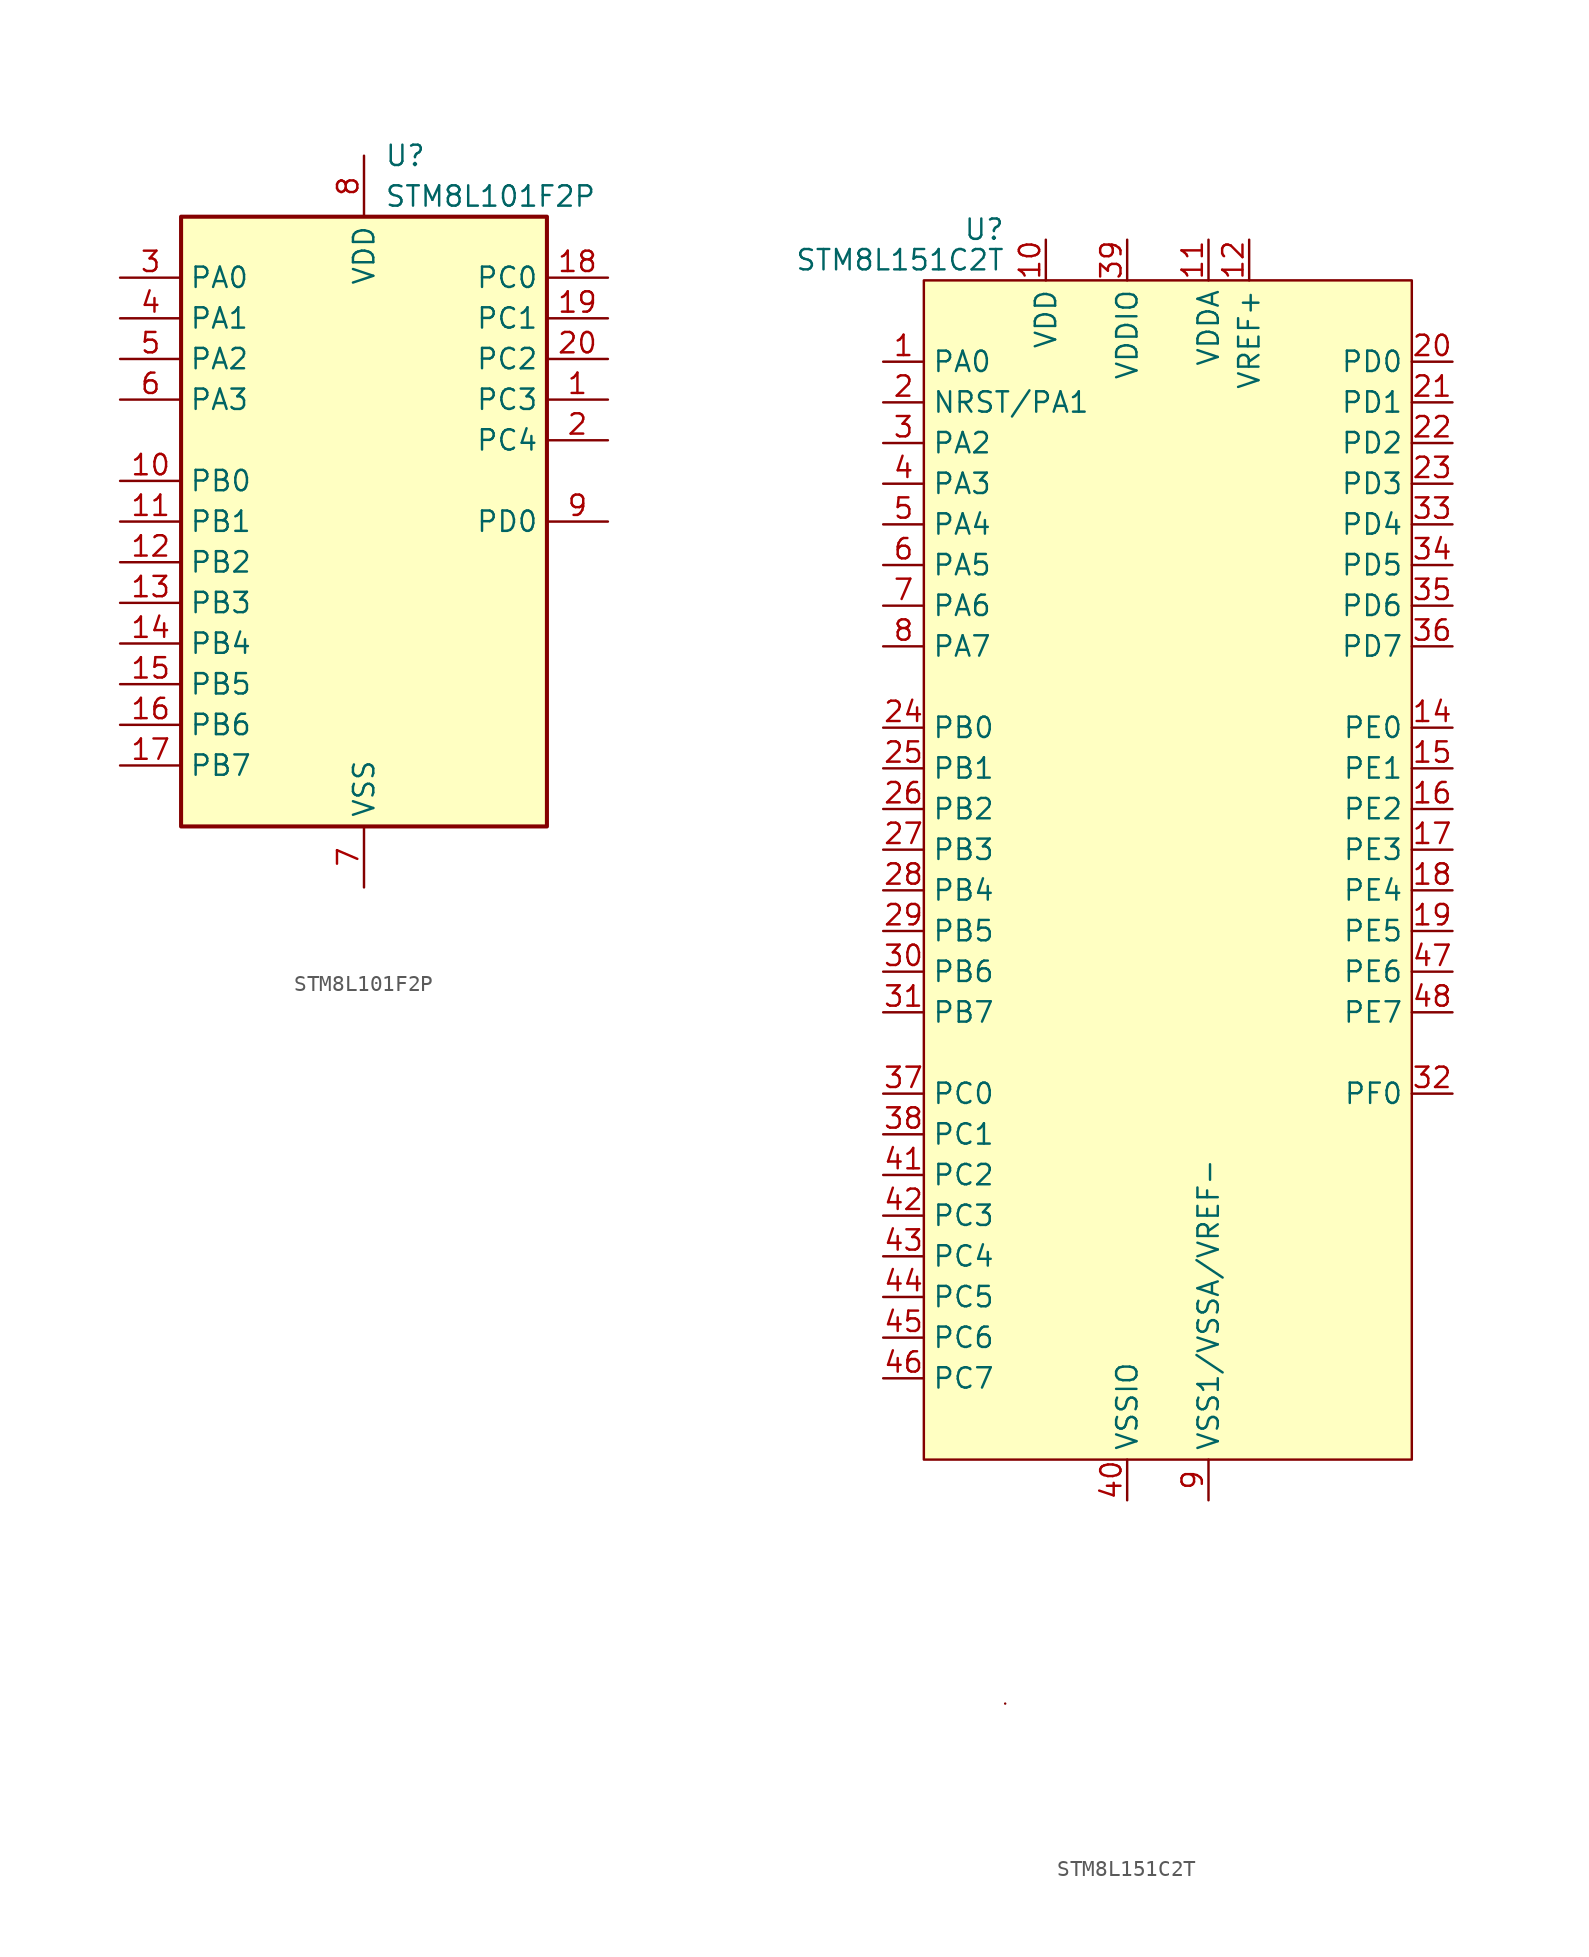
<source format=kicad_sym>
(kicad_symbol_lib
  (version 20241209)
  (generator "kicad_symbol_editor")
  (generator_version "9.0")
  (symbol "STM8L101F2P"
    (property "Reference" "U"
      (at 1.27 22.86 0)
      (effects (font (size 1.27 1.27)) (justify left)))
    (property "Value" "STM8L101F2P"
      (at 1.27 20.32 0)
      (effects (font (size 1.27 1.27)) (justify left)))
    (symbol "STM8L101F2P_0_1"
      (rectangle (start -11.43 19.05) (end 11.43 -19.05) (stroke (width 0.254) (type default)) (fill (type background))))
    (symbol "STM8L101F2P_1_1"
      (pin power_in line (at -15.24 15.24 0) (length 3.81) (name "PA0" (effects (font (size 1.27 1.27)))) (number "3" (effects (font (size 1.27 1.27)))))
      (pin bidirectional line (at -15.24 12.7 0) (length 3.81) (name "PA1" (effects (font (size 1.27 1.27)))) (number "4" (effects (font (size 1.27 1.27)))))
      (pin bidirectional line (at -15.24 10.16 0) (length 3.81) (name "PA2" (effects (font (size 1.27 1.27)))) (number "5" (effects (font (size 1.27 1.27)))))
      (pin bidirectional line (at -15.24 7.62 0) (length 3.81) (name "PA3" (effects (font (size 1.27 1.27)))) (number "6" (effects (font (size 1.27 1.27)))))
      (pin bidirectional line (at -15.24 2.54 0) (length 3.81) (name "PB0" (effects (font (size 1.27 1.27)))) (number "10" (effects (font (size 1.27 1.27)))))
      (pin bidirectional line (at -15.24 0 0) (length 3.81) (name "PB1" (effects (font (size 1.27 1.27)))) (number "11" (effects (font (size 1.27 1.27)))))
      (pin bidirectional line (at -15.24 -2.54 0) (length 3.81) (name "PB2" (effects (font (size 1.27 1.27)))) (number "12" (effects (font (size 1.27 1.27)))))
      (pin bidirectional line (at -15.24 -5.08 0) (length 3.81) (name "PB3" (effects (font (size 1.27 1.27)))) (number "13" (effects (font (size 1.27 1.27)))))
      (pin bidirectional line (at -15.24 -7.62 0) (length 3.81) (name "PB4" (effects (font (size 1.27 1.27)))) (number "14" (effects (font (size 1.27 1.27)))))
      (pin bidirectional line (at -15.24 -10.16 0) (length 3.81) (name "PB5" (effects (font (size 1.27 1.27)))) (number "15" (effects (font (size 1.27 1.27)))))
      (pin bidirectional line (at -15.24 -12.7 0) (length 3.81) (name "PB6" (effects (font (size 1.27 1.27)))) (number "16" (effects (font (size 1.27 1.27)))))
      (pin bidirectional line (at -15.24 -15.24 0) (length 3.81) (name "PB7" (effects (font (size 1.27 1.27)))) (number "17" (effects (font (size 1.27 1.27)))))
      (pin power_in line (at 0 22.86 270) (length 3.81) (name "VDD" (effects (font (size 1.27 1.27)))) (number "8" (effects (font (size 1.27 1.27)))))
      (pin power_in line (at 0 -22.86 90) (length 3.81) (name "VSS" (effects (font (size 1.27 1.27)))) (number "7" (effects (font (size 1.27 1.27)))))
      (pin bidirectional line (at 15.24 15.24 180) (length 3.81) (name "PC0" (effects (font (size 1.27 1.27)))) (number "18" (effects (font (size 1.27 1.27)))))
      (pin bidirectional line (at 15.24 12.7 180) (length 3.81) (name "PC1" (effects (font (size 1.27 1.27)))) (number "19" (effects (font (size 1.27 1.27)))))
      (pin bidirectional line (at 15.24 10.16 180) (length 3.81) (name "PC2" (effects (font (size 1.27 1.27)))) (number "20" (effects (font (size 1.27 1.27)))))
      (pin bidirectional line (at 15.24 7.62 180) (length 3.81) (name "PC3" (effects (font (size 1.27 1.27)))) (number "1" (effects (font (size 1.27 1.27)))))
      (pin bidirectional line (at 15.24 5.08 180) (length 3.81) (name "PC4" (effects (font (size 1.27 1.27)))) (number "2" (effects (font (size 1.27 1.27)))))
      (pin bidirectional line (at 15.24 0 180) (length 3.81) (name "PD0" (effects (font (size 1.27 1.27)))) (number "9" (effects (font (size 1.27 1.27)))))))
  (symbol "STM8L151C2T"
    (property "Reference" "U"
      (at -10.16 38.735 0)
      (effects (font (size 1.27 1.27)) (justify right)))
    (property "Value" "STM8L151C2T"
      (at -10.16 36.83 0)
      (effects (font (size 1.27 1.27)) (justify right)))
    (symbol "STM8L151C2T_0_0"
      (pin bidirectional line (at -17.78 30.48 0) (length 2.54) (name "PA0" (effects (font (size 1.27 1.27)))) (number "1" (effects (font (size 1.27 1.27)))))
      (pin bidirectional line (at -17.78 27.94 0) (length 2.54) (name "NRST/PA1" (effects (font (size 1.27 1.27)))) (number "2" (effects (font (size 1.27 1.27)))))
      (pin bidirectional line (at -17.78 25.4 0) (length 2.54) (name "PA2" (effects (font (size 1.27 1.27)))) (number "3" (effects (font (size 1.27 1.27)))))
      (pin bidirectional line (at -17.78 22.86 0) (length 2.54) (name "PA3" (effects (font (size 1.27 1.27)))) (number "4" (effects (font (size 1.27 1.27)))))
      (pin bidirectional line (at -17.78 20.32 0) (length 2.54) (name "PA4" (effects (font (size 1.27 1.27)))) (number "5" (effects (font (size 1.27 1.27)))))
      (pin bidirectional line (at -17.78 17.78 0) (length 2.54) (name "PA5" (effects (font (size 1.27 1.27)))) (number "6" (effects (font (size 1.27 1.27)))))
      (pin bidirectional line (at -17.78 15.24 0) (length 2.54) (name "PA6" (effects (font (size 1.27 1.27)))) (number "7" (effects (font (size 1.27 1.27)))))
      (pin bidirectional line (at -17.78 12.7 0) (length 2.54) (name "PA7" (effects (font (size 1.27 1.27)))) (number "8" (effects (font (size 1.27 1.27)))))
      (pin bidirectional line (at -17.78 7.62 0) (length 2.54) (name "PB0" (effects (font (size 1.27 1.27)))) (number "24" (effects (font (size 1.27 1.27)))))
      (pin bidirectional line (at -17.78 5.08 0) (length 2.54) (name "PB1" (effects (font (size 1.27 1.27)))) (number "25" (effects (font (size 1.27 1.27)))))
      (pin bidirectional line (at -17.78 2.54 0) (length 2.54) (name "PB2" (effects (font (size 1.27 1.27)))) (number "26" (effects (font (size 1.27 1.27)))))
      (pin bidirectional line (at -17.78 0 0) (length 2.54) (name "PB3" (effects (font (size 1.27 1.27)))) (number "27" (effects (font (size 1.27 1.27)))))
      (pin bidirectional line (at -17.78 -2.54 0) (length 2.54) (name "PB4" (effects (font (size 1.27 1.27)))) (number "28" (effects (font (size 1.27 1.27)))))
      (pin bidirectional line (at -17.78 -5.08 0) (length 2.54) (name "PB5" (effects (font (size 1.27 1.27)))) (number "29" (effects (font (size 1.27 1.27)))))
      (pin bidirectional line (at -17.78 -7.62 0) (length 2.54) (name "PB6" (effects (font (size 1.27 1.27)))) (number "30" (effects (font (size 1.27 1.27)))))
      (pin bidirectional line (at -17.78 -10.16 0) (length 2.54) (name "PB7" (effects (font (size 1.27 1.27)))) (number "31" (effects (font (size 1.27 1.27)))))
      (pin bidirectional line (at -17.78 -15.24 0) (length 2.54) (name "PC0" (effects (font (size 1.27 1.27)))) (number "37" (effects (font (size 1.27 1.27)))))
      (pin bidirectional line (at -17.78 -17.78 0) (length 2.54) (name "PC1" (effects (font (size 1.27 1.27)))) (number "38" (effects (font (size 1.27 1.27)))))
      (pin bidirectional line (at -17.78 -20.32 0) (length 2.54) (name "PC2" (effects (font (size 1.27 1.27)))) (number "41" (effects (font (size 1.27 1.27)))))
      (pin bidirectional line (at -17.78 -22.86 0) (length 2.54) (name "PC3" (effects (font (size 1.27 1.27)))) (number "42" (effects (font (size 1.27 1.27)))))
      (pin bidirectional line (at -17.78 -25.4 0) (length 2.54) (name "PC4" (effects (font (size 1.27 1.27)))) (number "43" (effects (font (size 1.27 1.27)))))
      (pin bidirectional line (at -17.78 -27.94 0) (length 2.54) (name "PC5" (effects (font (size 1.27 1.27)))) (number "44" (effects (font (size 1.27 1.27)))))
      (pin bidirectional line (at -17.78 -30.48 0) (length 2.54) (name "PC6" (effects (font (size 1.27 1.27)))) (number "45" (effects (font (size 1.27 1.27)))))
      (pin bidirectional line (at -17.78 -33.02 0) (length 2.54) (name "PC7" (effects (font (size 1.27 1.27)))) (number "46" (effects (font (size 1.27 1.27)))))
      (pin power_in line (at -7.62 38.1 270) (length 2.54) (name "VDD" (effects (font (size 1.27 1.27)))) (number "10" (effects (font (size 1.27 1.27)))))
      (pin power_in line (at -2.54 38.1 270) (length 2.54) (name "VDDIO" (effects (font (size 1.27 1.27)))) (number "39" (effects (font (size 1.27 1.27)))))
      (pin power_in line (at -2.54 -40.64 90) (length 2.54) (name "VSSIO" (effects (font (size 1.27 1.27)))) (number "40" (effects (font (size 1.27 1.27)))))
      (pin power_in line (at 2.54 38.1 270) (length 2.54) (name "VDDA" (effects (font (size 1.27 1.27)))) (number "11" (effects (font (size 1.27 1.27)))))
      (pin power_in line (at 2.54 -40.64 90) (length 2.54) (name "VSS1/VSSA/VREF-" (effects (font (size 1.27 1.27)))) (number "9" (effects (font (size 1.27 1.27)))))
      (pin power_in line (at 5.08 38.1 270) (length 2.54) (name "VREF+" (effects (font (size 1.27 1.27)))) (number "12" (effects (font (size 1.27 1.27)))))
      (pin no_connect line (at 15.24 -20.32 180) (length 2.54) (hide yes) (name "NC" (effects (font (size 1.27 1.27)))) (number "13" (effects (font (size 1.27 1.27)))))
      (pin bidirectional line (at 17.78 30.48 180) (length 2.54) (name "PD0" (effects (font (size 1.27 1.27)))) (number "20" (effects (font (size 1.27 1.27)))))
      (pin bidirectional line (at 17.78 27.94 180) (length 2.54) (name "PD1" (effects (font (size 1.27 1.27)))) (number "21" (effects (font (size 1.27 1.27)))))
      (pin bidirectional line (at 17.78 25.4 180) (length 2.54) (name "PD2" (effects (font (size 1.27 1.27)))) (number "22" (effects (font (size 1.27 1.27)))))
      (pin bidirectional line (at 17.78 22.86 180) (length 2.54) (name "PD3" (effects (font (size 1.27 1.27)))) (number "23" (effects (font (size 1.27 1.27)))))
      (pin bidirectional line (at 17.78 20.32 180) (length 2.54) (name "PD4" (effects (font (size 1.27 1.27)))) (number "33" (effects (font (size 1.27 1.27)))))
      (pin bidirectional line (at 17.78 17.78 180) (length 2.54) (name "PD5" (effects (font (size 1.27 1.27)))) (number "34" (effects (font (size 1.27 1.27)))))
      (pin bidirectional line (at 17.78 15.24 180) (length 2.54) (name "PD6" (effects (font (size 1.27 1.27)))) (number "35" (effects (font (size 1.27 1.27)))))
      (pin bidirectional line (at 17.78 12.7 180) (length 2.54) (name "PD7" (effects (font (size 1.27 1.27)))) (number "36" (effects (font (size 1.27 1.27)))))
      (pin bidirectional line (at 17.78 7.62 180) (length 2.54) (name "PE0" (effects (font (size 1.27 1.27)))) (number "14" (effects (font (size 1.27 1.27)))))
      (pin bidirectional line (at 17.78 5.08 180) (length 2.54) (name "PE1" (effects (font (size 1.27 1.27)))) (number "15" (effects (font (size 1.27 1.27)))))
      (pin bidirectional line (at 17.78 2.54 180) (length 2.54) (name "PE2" (effects (font (size 1.27 1.27)))) (number "16" (effects (font (size 1.27 1.27)))))
      (pin bidirectional line (at 17.78 0 180) (length 2.54) (name "PE3" (effects (font (size 1.27 1.27)))) (number "17" (effects (font (size 1.27 1.27)))))
      (pin bidirectional line (at 17.78 -2.54 180) (length 2.54) (name "PE4" (effects (font (size 1.27 1.27)))) (number "18" (effects (font (size 1.27 1.27)))))
      (pin bidirectional line (at 17.78 -5.08 180) (length 2.54) (name "PE5" (effects (font (size 1.27 1.27)))) (number "19" (effects (font (size 1.27 1.27)))))
      (pin bidirectional line (at 17.78 -7.62 180) (length 2.54) (name "PE6" (effects (font (size 1.27 1.27)))) (number "47" (effects (font (size 1.27 1.27)))))
      (pin bidirectional line (at 17.78 -10.16 180) (length 2.54) (name "PE7" (effects (font (size 1.27 1.27)))) (number "48" (effects (font (size 1.27 1.27)))))
      (pin bidirectional line (at 17.78 -15.24 180) (length 2.54) (name "PF0" (effects (font (size 1.27 1.27)))) (number "32" (effects (font (size 1.27 1.27))))))
    (symbol "STM8L151C2T_0_1"
      (rectangle (start -15.24 35.56) (end 15.24 -38.1) (stroke (width 0) (type default)) (fill (type background)))
      (rectangle (start -10.16 -53.34) (end -10.16 -53.34) (stroke (width 0.152) (type default)) (fill (type none))))))
</source>
